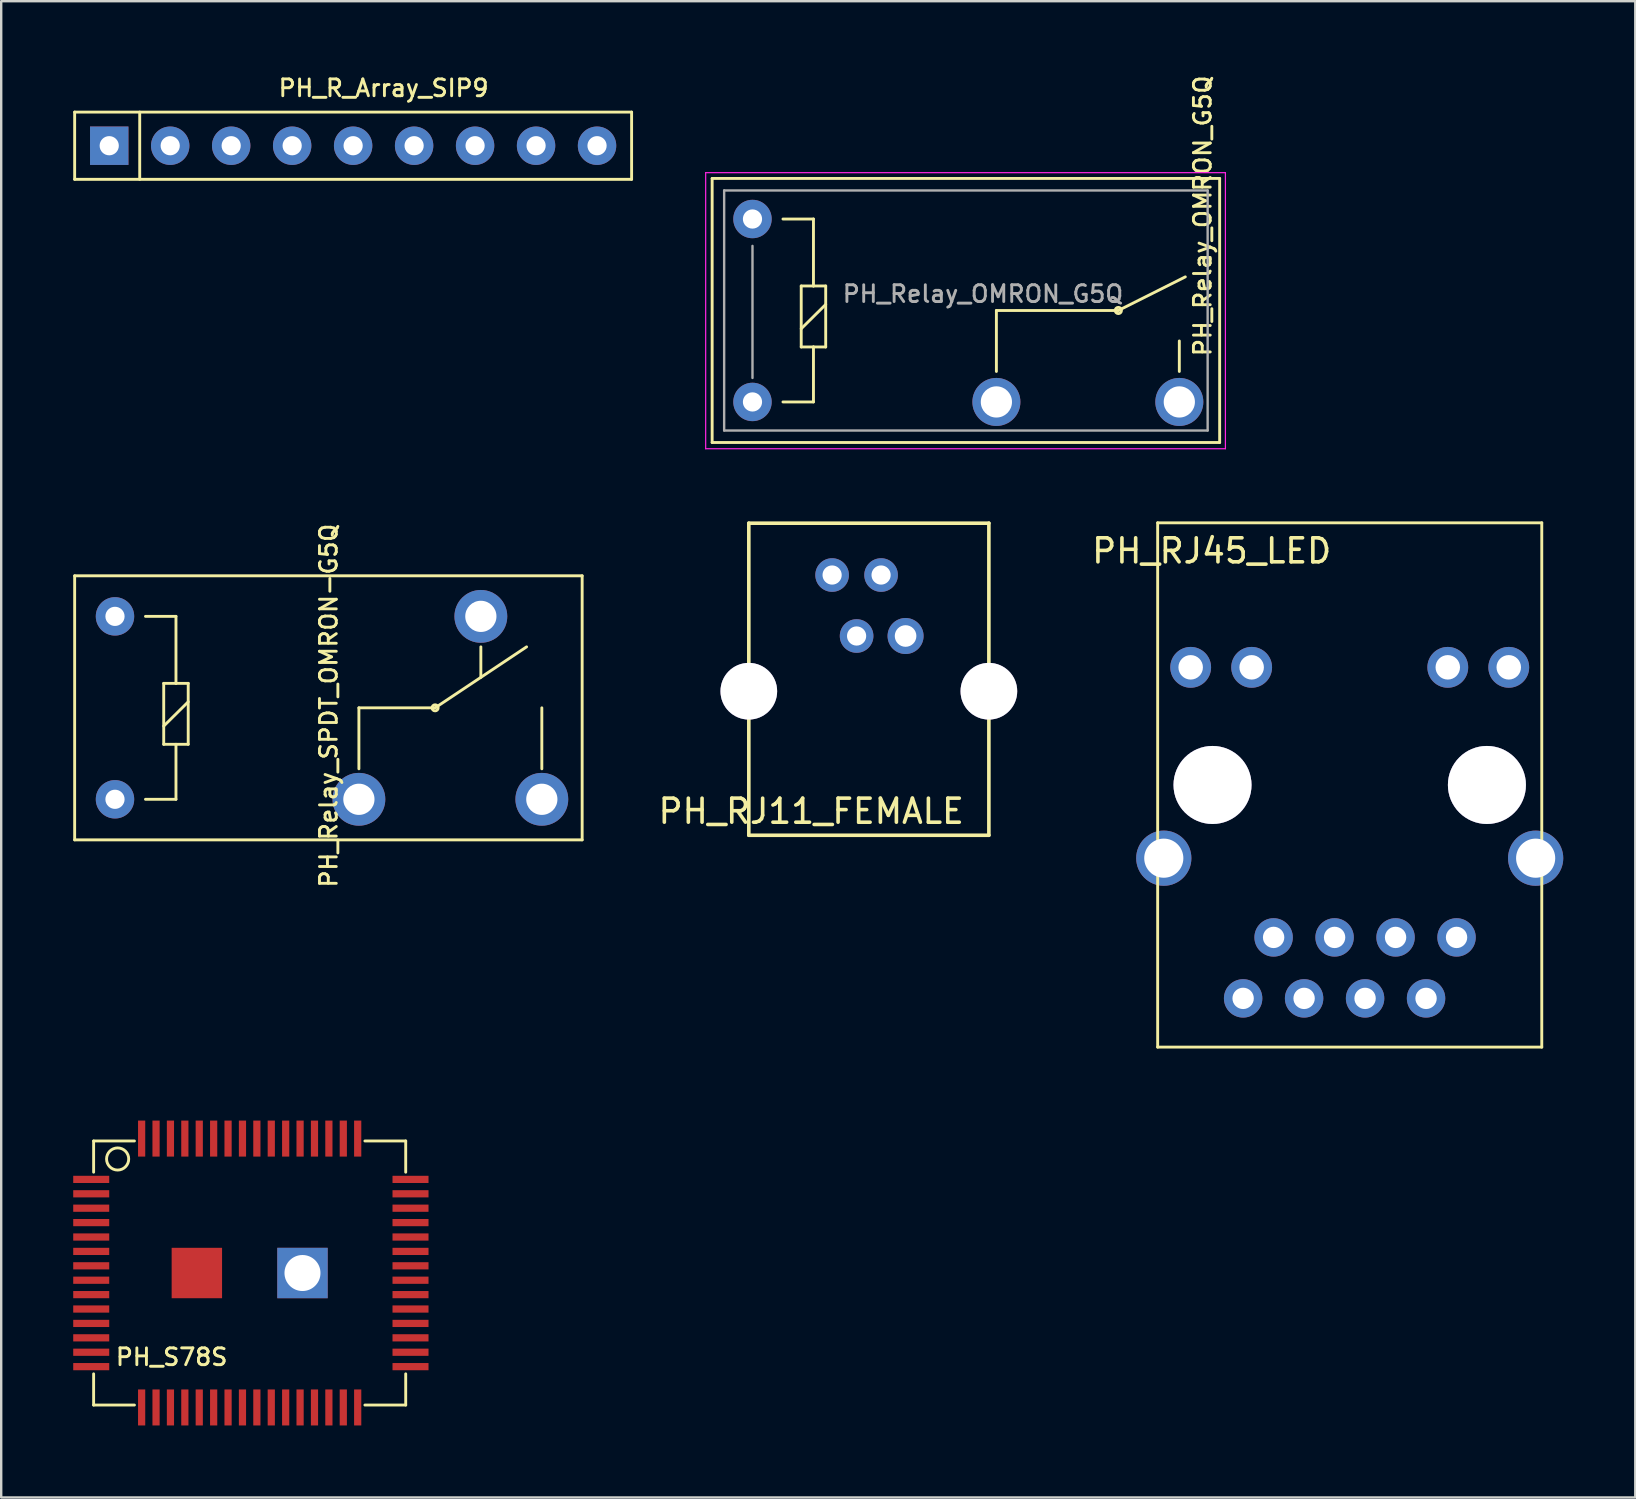
<source format=kicad_pcb>
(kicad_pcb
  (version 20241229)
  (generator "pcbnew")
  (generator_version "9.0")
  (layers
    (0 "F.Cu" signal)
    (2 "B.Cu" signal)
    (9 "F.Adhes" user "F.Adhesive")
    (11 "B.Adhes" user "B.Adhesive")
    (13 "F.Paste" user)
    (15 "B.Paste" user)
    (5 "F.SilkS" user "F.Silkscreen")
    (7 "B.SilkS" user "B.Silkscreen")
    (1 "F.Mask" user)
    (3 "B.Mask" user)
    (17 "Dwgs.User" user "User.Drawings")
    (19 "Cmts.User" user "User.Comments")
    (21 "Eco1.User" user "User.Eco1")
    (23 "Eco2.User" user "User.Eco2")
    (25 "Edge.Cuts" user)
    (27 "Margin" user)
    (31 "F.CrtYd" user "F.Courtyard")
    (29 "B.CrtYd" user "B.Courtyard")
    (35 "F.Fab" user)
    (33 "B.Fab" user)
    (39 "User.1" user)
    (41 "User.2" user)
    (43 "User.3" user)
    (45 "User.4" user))
  (footprint "PH_R_Array_SIP9"
    (layer "F.Cu")
    (at 1.5 3.02)
    (property "Reference" "PH_R_Array_SIP9" (at 11.43 -2.4 0) (layer "F.SilkS") (effects (font (size 0.7 0.7) (thickness 0.12))))
    (attr through_hole)
    (fp_line (start -1.44 -1.4) (end -1.44 1.4) (stroke (width 0.12) (type solid)) (layer "F.SilkS"))
    (fp_line (start -1.44 1.4) (end 21.76 1.4) (stroke (width 0.12) (type solid)) (layer "F.SilkS"))
    (fp_line (start 1.27 -1.4) (end 1.27 1.4) (stroke (width 0.12) (type solid)) (layer "F.SilkS"))
    (fp_line (start 21.76 -1.4) (end -1.44 -1.4) (stroke (width 0.12) (type solid)) (layer "F.SilkS"))
    (fp_line (start 21.76 1.4) (end 21.76 -1.4) (stroke (width 0.12) (type solid)) (layer "F.SilkS"))
    (pad "1" thru_hole rect (at 0 0) (size 1.6 1.6) (drill 0.8) (layers "*.Cu" "*.Mask"))
    (pad "2" thru_hole oval (at 2.54 0) (size 1.6 1.6) (drill 0.8) (layers "*.Cu" "*.Mask"))
    (pad "3" thru_hole oval (at 5.08 0) (size 1.6 1.6) (drill 0.8) (layers "*.Cu" "*.Mask"))
    (pad "4" thru_hole oval (at 7.62 0) (size 1.6 1.6) (drill 0.8) (layers "*.Cu" "*.Mask"))
    (pad "5" thru_hole oval (at 10.16 0) (size 1.6 1.6) (drill 0.8) (layers "*.Cu" "*.Mask"))
    (pad "6" thru_hole oval (at 12.7 0) (size 1.6 1.6) (drill 0.8) (layers "*.Cu" "*.Mask"))
    (pad "7" thru_hole oval (at 15.24 0) (size 1.6 1.6) (drill 0.8) (layers "*.Cu" "*.Mask"))
    (pad "8" thru_hole oval (at 17.78 0) (size 1.6 1.6) (drill 0.8) (layers "*.Cu" "*.Mask"))
    (pad "9" thru_hole oval (at 20.32 0) (size 1.6 1.6) (drill 0.8) (layers "*.Cu" "*.Mask")))
  (footprint "PH_S78S"
    (layer "F.Cu")
    (at 7.35 49.978)
    (property "Reference" "PH_S78S" (at -3.25 3.5 0) (layer "F.SilkS") (effects (font (size 0.7 0.7) (thickness 0.12))))
    (attr through_hole)
    (fp_line (start -6.5 -5.5) (end -6.5 -4.2) (stroke (width 0.12) (type solid)) (layer "F.SilkS"))
    (fp_line (start -6.5 -5.5) (end -4.8 -5.5) (stroke (width 0.12) (type solid)) (layer "F.SilkS"))
    (fp_line (start -6.5 4.2) (end -6.5 5.5) (stroke (width 0.12) (type solid)) (layer "F.SilkS"))
    (fp_line (start -6.5 5.5) (end -4.8 5.5) (stroke (width 0.12) (type solid)) (layer "F.SilkS"))
    (fp_line (start 6.5 -5.5) (end 4.8 -5.5) (stroke (width 0.12) (type solid)) (layer "F.SilkS"))
    (fp_line (start 6.5 -5.5) (end 6.5 -4.2) (stroke (width 0.12) (type solid)) (layer "F.SilkS"))
    (fp_line (start 6.5 5.5) (end 4.8 5.5) (stroke (width 0.12) (type solid)) (layer "F.SilkS"))
    (fp_line (start 6.5 5.5) (end 6.5 4.2) (stroke (width 0.12) (type solid)) (layer "F.SilkS"))
    (fp_circle (center -5.5 -4.75) (end -5.15 -4.45) (stroke (width 0.12) (type solid)) (fill no) (layer "F.SilkS"))
    (pad "1" smd rect (at -6.6 -3.9) (size 1.5 0.3) (layers "F.Cu" "F.Mask" "F.Paste"))
    (pad "2" smd rect (at -6.6 -3.3) (size 1.5 0.3) (layers "F.Cu" "F.Mask" "F.Paste"))
    (pad "3" smd rect (at -6.6 -2.7) (size 1.5 0.3) (layers "F.Cu" "F.Mask" "F.Paste"))
    (pad "4" smd rect (at -6.6 -2.1) (size 1.5 0.3) (layers "F.Cu" "F.Mask" "F.Paste"))
    (pad "5" smd rect (at -6.6 -1.5) (size 1.5 0.3) (layers "F.Cu" "F.Mask" "F.Paste"))
    (pad "6" smd rect (at -6.6 -0.9) (size 1.5 0.3) (layers "F.Cu" "F.Mask" "F.Paste"))
    (pad "7" smd rect (at -6.6 -0.3) (size 1.5 0.3) (layers "F.Cu" "F.Mask" "F.Paste"))
    (pad "8" smd rect (at -6.6 0.3) (size 1.5 0.3) (layers "F.Cu" "F.Mask" "F.Paste"))
    (pad "9" smd rect (at -6.6 0.9) (size 1.5 0.3) (layers "F.Cu" "F.Mask" "F.Paste"))
    (pad "10" smd rect (at -6.6 1.5) (size 1.5 0.3) (layers "F.Cu" "F.Mask" "F.Paste"))
    (pad "11" smd rect (at -6.6 2.1) (size 1.5 0.3) (layers "F.Cu" "F.Mask" "F.Paste"))
    (pad "12" smd rect (at -6.6 2.7) (size 1.5 0.3) (layers "F.Cu" "F.Mask" "F.Paste"))
    (pad "13" smd rect (at -6.6 3.3) (size 1.5 0.3) (layers "F.Cu" "F.Mask" "F.Paste"))
    (pad "14" smd rect (at -6.6 3.9) (size 1.5 0.3) (layers "F.Cu" "F.Mask" "F.Paste"))
    (pad "15" smd rect (at -4.5 5.6) (size 0.3 1.5) (layers "F.Cu" "F.Mask" "F.Paste"))
    (pad "16" smd rect (at -3.9 5.6) (size 0.3 1.5) (layers "F.Cu" "F.Mask" "F.Paste"))
    (pad "17" smd rect (at -3.3 5.6) (size 0.3 1.5) (layers "F.Cu" "F.Mask" "F.Paste"))
    (pad "18" smd rect (at -2.7 5.6) (size 0.3 1.5) (layers "F.Cu" "F.Mask" "F.Paste"))
    (pad "19" smd rect (at -2.1 5.6) (size 0.3 1.5) (layers "F.Cu" "F.Mask" "F.Paste"))
    (pad "20" smd rect (at -1.5 5.6) (size 0.3 1.5) (layers "F.Cu" "F.Mask" "F.Paste"))
    (pad "21" smd rect (at -0.9 5.6) (size 0.3 1.5) (layers "F.Cu" "F.Mask" "F.Paste"))
    (pad "22" smd rect (at -0.3 5.6) (size 0.3 1.5) (layers "F.Cu" "F.Mask" "F.Paste"))
    (pad "23" smd rect (at 0.3 5.6) (size 0.3 1.5) (layers "F.Cu" "F.Mask" "F.Paste"))
    (pad "24" smd rect (at 0.9 5.6) (size 0.3 1.5) (layers "F.Cu" "F.Mask" "F.Paste"))
    (pad "25" smd rect (at 1.5 5.6) (size 0.3 1.5) (layers "F.Cu" "F.Mask" "F.Paste"))
    (pad "26" smd rect (at 2.1 5.6) (size 0.3 1.5) (layers "F.Cu" "F.Mask" "F.Paste"))
    (pad "27" smd rect (at 2.7 5.6) (size 0.3 1.5) (layers "F.Cu" "F.Mask" "F.Paste"))
    (pad "28" smd rect (at 3.3 5.6) (size 0.3 1.5) (layers "F.Cu" "F.Mask" "F.Paste"))
    (pad "29" smd rect (at 3.9 5.6) (size 0.3 1.5) (layers "F.Cu" "F.Mask" "F.Paste"))
    (pad "30" smd rect (at 4.5 5.6) (size 0.3 1.5) (layers "F.Cu" "F.Mask" "F.Paste"))
    (pad "31" smd rect (at 6.7 3.9) (size 1.5 0.3) (layers "F.Cu" "F.Mask" "F.Paste"))
    (pad "32" smd rect (at 6.7 3.3) (size 1.5 0.3) (layers "F.Cu" "F.Mask" "F.Paste"))
    (pad "33" smd rect (at 6.7 2.7) (size 1.5 0.3) (layers "F.Cu" "F.Mask" "F.Paste"))
    (pad "34" smd rect (at 6.7 2.1) (size 1.5 0.3) (layers "F.Cu" "F.Mask" "F.Paste"))
    (pad "35" smd rect (at 6.7 1.5) (size 1.5 0.3) (layers "F.Cu" "F.Mask" "F.Paste"))
    (pad "36" smd rect (at 6.7 0.9) (size 1.5 0.3) (layers "F.Cu" "F.Mask" "F.Paste"))
    (pad "37" smd rect (at 6.7 0.3) (size 1.5 0.3) (layers "F.Cu" "F.Mask" "F.Paste"))
    (pad "38" smd rect (at 6.7 -0.3) (size 1.5 0.3) (layers "F.Cu" "F.Mask" "F.Paste"))
    (pad "39" smd rect (at 6.7 -0.9) (size 1.5 0.3) (layers "F.Cu" "F.Mask" "F.Paste"))
    (pad "40" smd rect (at 6.7 -1.5) (size 1.5 0.3) (layers "F.Cu" "F.Mask" "F.Paste"))
    (pad "41" smd rect (at 6.7 -2.1) (size 1.5 0.3) (layers "F.Cu" "F.Mask" "F.Paste"))
    (pad "42" smd rect (at 6.7 -2.7) (size 1.5 0.3) (layers "F.Cu" "F.Mask" "F.Paste"))
    (pad "43" smd rect (at 6.7 -3.3) (size 1.5 0.3) (layers "F.Cu" "F.Mask" "F.Paste"))
    (pad "44" smd rect (at 6.7 -3.9) (size 1.5 0.3) (layers "F.Cu" "F.Mask" "F.Paste"))
    (pad "45" smd rect (at 4.5 -5.6) (size 0.3 1.5) (layers "F.Cu" "F.Mask" "F.Paste"))
    (pad "46" smd rect (at 3.9 -5.6) (size 0.3 1.5) (layers "F.Cu" "F.Mask" "F.Paste"))
    (pad "47" smd rect (at 3.3 -5.6) (size 0.3 1.5) (layers "F.Cu" "F.Mask" "F.Paste"))
    (pad "48" smd rect (at 2.7 -5.6) (size 0.3 1.5) (layers "F.Cu" "F.Mask" "F.Paste"))
    (pad "49" smd rect (at 2.1 -5.6) (size 0.3 1.5) (layers "F.Cu" "F.Mask" "F.Paste"))
    (pad "50" smd rect (at 1.5 -5.6) (size 0.3 1.5) (layers "F.Cu" "F.Mask" "F.Paste"))
    (pad "51" smd rect (at 0.9 -5.6) (size 0.3 1.5) (layers "F.Cu" "F.Mask" "F.Paste"))
    (pad "52" smd rect (at 0.3 -5.6) (size 0.3 1.5) (layers "F.Cu" "F.Mask" "F.Paste"))
    (pad "53" smd rect (at -0.3 -5.6) (size 0.3 1.5) (layers "F.Cu" "F.Mask" "F.Paste"))
    (pad "54" smd rect (at -0.9 -5.6) (size 0.3 1.5) (layers "F.Cu" "F.Mask" "F.Paste"))
    (pad "55" smd rect (at -1.5 -5.6) (size 0.3 1.5) (layers "F.Cu" "F.Mask" "F.Paste"))
    (pad "56" smd rect (at -2.1 -5.6) (size 0.3 1.5) (layers "F.Cu" "F.Mask" "F.Paste"))
    (pad "57" smd rect (at -2.7 -5.6) (size 0.3 1.5) (layers "F.Cu" "F.Mask" "F.Paste"))
    (pad "58" smd rect (at -3.3 -5.6) (size 0.3 1.5) (layers "F.Cu" "F.Mask" "F.Paste"))
    (pad "59" smd rect (at -3.9 -5.6) (size 0.3 1.5) (layers "F.Cu" "F.Mask" "F.Paste"))
    (pad "60" smd rect (at -4.5 -5.6) (size 0.3 1.5) (layers "F.Cu" "F.Mask" "F.Paste"))
    (pad "61" smd rect (at -2.2 0) (size 2.1 2.1) (layers "F.Cu" "F.Mask" "F.Paste"))
    (pad "62" thru_hole rect (at 2.2 0) (size 2.1 2.1) (drill 1.5) (layers "*.Cu" "*.Mask")))
  (footprint "PH_RJ11_FEMALE"
    (layer "F.Cu")
    (at 33.142 22.743)
    (property "Reference" "PH_RJ11_FEMALE" (at -2.4 8 0) (layer "F.SilkS") (effects (font (size 1 1) (thickness 0.15))))
    (attr through_hole)
    (fp_line (start -5 -4) (end -5 9) (stroke (width 0.15) (type solid)) (layer "F.SilkS"))
    (fp_line (start -5 -4) (end 5 -4) (stroke (width 0.15) (type solid)) (layer "F.SilkS"))
    (fp_line (start -5 9) (end 5 9) (stroke (width 0.15) (type solid)) (layer "F.SilkS"))
    (fp_line (start 5 -4) (end 5 9) (stroke (width 0.15) (type solid)) (layer "F.SilkS"))
    (pad "1" thru_hole circle (at 1.53 0.7) (size 1.5 1.5) (drill 0.9) (layers "*.Cu" "*.Mask"))
    (pad "2" thru_hole circle (at -0.51 0.7) (size 1.4 1.4) (drill 0.8) (layers "*.Cu" "*.Mask"))
    (pad "3" thru_hole circle (at 0.51 -1.84) (size 1.4 1.4) (drill 0.8) (layers "*.Cu" "*.Mask"))
    (pad "4" thru_hole circle (at -1.53 -1.84) (size 1.4 1.4) (drill 0.8) (layers "*.Cu" "*.Mask"))
    (pad "~" thru_hole circle (at -5 3) (size 2.36 2.36) (drill 2.36) (layers "*.Cu" "*.Mask"))
    (pad "~" thru_hole circle (at 5 3) (size 2.36 2.36) (drill 2.36) (layers "*.Cu" "*.Mask")))
  (footprint "PH_Relay_SPDT_OMRON-G5Q"
    (layer "F.Cu")
    (at 1.74 30.245)
    (property "Reference" "PH_Relay_SPDT_OMRON-G5Q" (at 8.9 -3.9 270) (layer "F.SilkS") (effects (font (size 0.7 0.7) (thickness 0.12))))
    (attr through_hole)
    (fp_line (start -1.68 -9.31) (end 19.46 -9.31) (stroke (width 0.12) (type solid)) (layer "F.SilkS"))
    (fp_line (start -1.68 1.69) (end -1.68 -9.31) (stroke (width 0.12) (type solid)) (layer "F.SilkS"))
    (fp_line (start -1.68 1.69) (end 19.46 1.69) (stroke (width 0.12) (type solid)) (layer "F.SilkS"))
    (fp_line (start 1.27 0) (end 2.54 0) (stroke (width 0.12) (type solid)) (layer "F.SilkS"))
    (fp_line (start 2.03 -4.83) (end 2.54 -4.83) (stroke (width 0.12) (type solid)) (layer "F.SilkS"))
    (fp_line (start 2.03 -3.05) (end 3.05 -4.06) (stroke (width 0.12) (type solid)) (layer "F.SilkS"))
    (fp_line (start 2.03 -2.29) (end 2.03 -4.83) (stroke (width 0.12) (type solid)) (layer "F.SilkS"))
    (fp_line (start 2.54 -7.62) (end 1.27 -7.62) (stroke (width 0.12) (type solid)) (layer "F.SilkS"))
    (fp_line (start 2.54 -4.83) (end 2.54 -7.62) (stroke (width 0.12) (type solid)) (layer "F.SilkS"))
    (fp_line (start 2.54 -4.83) (end 3.05 -4.83) (stroke (width 0.12) (type solid)) (layer "F.SilkS"))
    (fp_line (start 2.54 -2.29) (end 2.03 -2.29) (stroke (width 0.12) (type solid)) (layer "F.SilkS"))
    (fp_line (start 2.54 0) (end 2.54 -2.29) (stroke (width 0.12) (type solid)) (layer "F.SilkS"))
    (fp_line (start 3.05 -4.83) (end 3.05 -2.29) (stroke (width 0.12) (type solid)) (layer "F.SilkS"))
    (fp_line (start 3.05 -2.29) (end 2.54 -2.29) (stroke (width 0.12) (type solid)) (layer "F.SilkS"))
    (fp_line (start 10.16 -3.81) (end 13.335 -3.81) (stroke (width 0.12) (type solid)) (layer "F.SilkS"))
    (fp_line (start 10.16 -1.27) (end 10.16 -3.81) (stroke (width 0.12) (type solid)) (layer "F.SilkS"))
    (fp_line (start 13.335 -3.81) (end 17.145 -6.35) (stroke (width 0.12) (type solid)) (layer "F.SilkS"))
    (fp_line (start 15.24 -6.35) (end 15.24 -5.08) (stroke (width 0.12) (type solid)) (layer "F.SilkS"))
    (fp_line (start 17.78 -1.27) (end 17.78 -3.81) (stroke (width 0.12) (type solid)) (layer "F.SilkS"))
    (fp_line (start 19.46 1.69) (end 19.46 -9.31) (stroke (width 0.12) (type solid)) (layer "F.SilkS"))
    (fp_circle (center 13.335 -3.81) (end 13.462 -3.81) (stroke (width 0.12) (type solid)) (fill no) (layer "F.SilkS"))
    (pad "1" thru_hole circle (at 0 0 180) (size 1.6 1.6) (drill 0.8) (layers "*.Cu" "*.Mask"))
    (pad "2" thru_hole circle (at 10.16 0 180) (size 2.2 2.2) (drill 1.3) (layers "*.Cu" "*.Mask"))
    (pad "3" thru_hole circle (at 17.78 0 180) (size 2.2 2.2) (drill 1.3) (layers "*.Cu" "*.Mask"))
    (pad "4" thru_hole circle (at 15.24 -7.62 180) (size 2.2 2.2) (drill 1.3) (layers "*.Cu" "*.Mask"))
    (pad "5" thru_hole circle (at 0 -7.62 180) (size 1.6 1.6) (drill 0.8) (layers "*.Cu" "*.Mask")))
  (footprint "PH_RJ45_LED"
    (layer "F.Cu")
    (at 53.173 29.648)
    (property "Reference" "PH_RJ45_LED" (at -5.75 -9.75 0) (layer "F.SilkS") (effects (font (size 1 1) (thickness 0.15))))
    (attr through_hole)
    (fp_line (start -8 -10.92) (end -8 10.92) (stroke (width 0.12) (type solid)) (layer "F.SilkS"))
    (fp_line (start -8 -10.92) (end 8 -10.92) (stroke (width 0.12) (type solid)) (layer "F.SilkS"))
    (fp_line (start -8 10.92) (end 8 10.92) (stroke (width 0.12) (type solid)) (layer "F.SilkS"))
    (fp_line (start 8 10.92) (end 8 -10.92) (stroke (width 0.12) (type solid)) (layer "F.SilkS"))
    (pad "1" thru_hole circle (at 4.45 6.35) (size 1.6 1.6) (drill 0.89) (layers "*.Cu" "*.Mask"))
    (pad "2" thru_hole circle (at 3.18 8.89) (size 1.6 1.6) (drill 0.89) (layers "*.Cu" "*.Mask"))
    (pad "3" thru_hole circle (at 1.91 6.35) (size 1.6 1.6) (drill 0.89) (layers "*.Cu" "*.Mask"))
    (pad "4" thru_hole circle (at 0.64 8.89) (size 1.6 1.6) (drill 0.89) (layers "*.Cu" "*.Mask"))
    (pad "5" thru_hole circle (at -0.63 6.35) (size 1.6 1.6) (drill 0.89) (layers "*.Cu" "*.Mask"))
    (pad "6" thru_hole circle (at -1.9 8.89) (size 1.6 1.6) (drill 0.89) (layers "*.Cu" "*.Mask"))
    (pad "7" thru_hole circle (at -3.17 6.35) (size 1.6 1.6) (drill 0.89) (layers "*.Cu" "*.Mask"))
    (pad "8" thru_hole circle (at -4.44 8.89) (size 1.6 1.6) (drill 0.89) (layers "*.Cu" "*.Mask"))
    (pad "9" thru_hole circle (at 6.625 -4.9) (size 1.7 1.7) (drill 1.02) (layers "*.Cu" "*.Mask"))
    (pad "10" thru_hole circle (at 4.085 -4.9) (size 1.7 1.7) (drill 1.02) (layers "*.Cu" "*.Mask"))
    (pad "11" thru_hole circle (at -4.085 -4.9) (size 1.7 1.7) (drill 1.02) (layers "*.Cu" "*.Mask"))
    (pad "12" thru_hole circle (at -6.625 -4.9) (size 1.7 1.7) (drill 1.02) (layers "*.Cu" "*.Mask"))
    (pad "~" thru_hole circle (at -7.745 3.05) (size 2.3 2.3) (drill 1.63) (layers "*.Cu" "*.Mask"))
    (pad "~" thru_hole circle (at -5.715 0) (size 3.25 3.25) (drill 3.25) (layers "*.Cu" "*.Mask"))
    (pad "~" thru_hole circle (at 5.715 0) (size 3.25 3.25) (drill 3.25) (layers "*.Cu" "*.Mask"))
    (pad "~" thru_hole circle (at 7.745 3.05) (size 2.3 2.3) (drill 1.63) (layers "*.Cu" "*.Mask")))
  (footprint "PH_Relay_OMRON_G5Q"
    (layer "F.Cu")
    (at 28.295 13.693)
    (property "Reference" "PH_Relay_OMRON_G5Q" (at 18.75 -7.75 270) (layer "F.SilkS") (effects (font (size 0.7 0.7) (thickness 0.12))))
    (attr through_hole)
    (fp_line (start -1.68 -9.31) (end 19.46 -9.31) (stroke (width 0.12) (type solid)) (layer "F.SilkS"))
    (fp_line (start -1.68 1.69) (end -1.68 -9.31) (stroke (width 0.12) (type solid)) (layer "F.SilkS"))
    (fp_line (start -1.68 1.69) (end 19.46 1.69) (stroke (width 0.12) (type solid)) (layer "F.SilkS"))
    (fp_line (start 1.27 0) (end 2.54 0) (stroke (width 0.12) (type solid)) (layer "F.SilkS"))
    (fp_line (start 2.03 -4.83) (end 2.54 -4.83) (stroke (width 0.12) (type solid)) (layer "F.SilkS"))
    (fp_line (start 2.03 -3.05) (end 3.05 -4.06) (stroke (width 0.12) (type solid)) (layer "F.SilkS"))
    (fp_line (start 2.03 -2.29) (end 2.03 -4.83) (stroke (width 0.12) (type solid)) (layer "F.SilkS"))
    (fp_line (start 2.54 -7.62) (end 1.27 -7.62) (stroke (width 0.12) (type solid)) (layer "F.SilkS"))
    (fp_line (start 2.54 -4.83) (end 2.54 -7.62) (stroke (width 0.12) (type solid)) (layer "F.SilkS"))
    (fp_line (start 2.54 -4.83) (end 3.05 -4.83) (stroke (width 0.12) (type solid)) (layer "F.SilkS"))
    (fp_line (start 2.54 -2.29) (end 2.03 -2.29) (stroke (width 0.12) (type solid)) (layer "F.SilkS"))
    (fp_line (start 2.54 0) (end 2.54 -2.29) (stroke (width 0.12) (type solid)) (layer "F.SilkS"))
    (fp_line (start 3.05 -4.83) (end 3.05 -2.29) (stroke (width 0.12) (type solid)) (layer "F.SilkS"))
    (fp_line (start 3.05 -2.29) (end 2.54 -2.29) (stroke (width 0.12) (type solid)) (layer "F.SilkS"))
    (fp_line (start 10.16 -3.81) (end 15.24 -3.81) (stroke (width 0.12) (type solid)) (layer "F.SilkS"))
    (fp_line (start 10.16 -1.27) (end 10.16 -3.81) (stroke (width 0.12) (type solid)) (layer "F.SilkS"))
    (fp_line (start 15.24 -3.81) (end 18.03 -5.21) (stroke (width 0.12) (type solid)) (layer "F.SilkS"))
    (fp_line (start 17.78 -1.27) (end 17.78 -2.54) (stroke (width 0.12) (type solid)) (layer "F.SilkS"))
    (fp_line (start 19.46 1.69) (end 19.46 -9.31) (stroke (width 0.12) (type solid)) (layer "F.SilkS"))
    (fp_circle (center 15.24 -3.81) (end 15.24 -3.68) (stroke (width 0.12) (type solid)) (fill no) (layer "F.SilkS"))
    (fp_line (start -1.95 -9.55) (end 19.7 -9.55) (stroke (width 0.05) (type solid)) (layer "F.CrtYd"))
    (fp_line (start -1.95 1.95) (end -1.95 -9.55) (stroke (width 0.05) (type solid)) (layer "F.CrtYd"))
    (fp_line (start 19.7 -9.55) (end 19.7 1.95) (stroke (width 0.05) (type solid)) (layer "F.CrtYd"))
    (fp_line (start 19.7 1.95) (end -1.95 1.95) (stroke (width 0.05) (type solid)) (layer "F.CrtYd"))
    (fp_line (start -1.18 -8.81) (end 18.96 -8.81) (stroke (width 0.1) (type solid)) (layer "F.Fab"))
    (fp_line (start -1.18 1.19) (end -1.18 -8.81) (stroke (width 0.1) (type solid)) (layer "F.Fab"))
    (fp_line (start 0 -1) (end 0 -6.5) (stroke (width 0.1) (type solid)) (layer "F.Fab"))
    (fp_line (start 18.96 -8.81) (end 18.96 1.19) (stroke (width 0.1) (type solid)) (layer "F.Fab"))
    (fp_line (start 18.96 1.19) (end -1.18 1.19) (stroke (width 0.1) (type solid)) (layer "F.Fab"))
    (fp_text user "${REFERENCE}" (at 9.6 -4.5 0) (layer "F.Fab") (effects (font (size 0.7 0.7) (thickness 0.12))))
    (pad "1" thru_hole circle (at 0 0 180) (size 1.6 1.6) (drill 0.8) (layers "*.Cu" "*.Mask"))
    (pad "2" thru_hole circle (at 10.16 0 180) (size 2 2) (drill 1.3) (layers "*.Cu" "*.Mask"))
    (pad "3" thru_hole circle (at 17.78 0 180) (size 2 2) (drill 1.3) (layers "*.Cu" "*.Mask"))
    (pad "5" thru_hole circle (at 0 -7.62 180) (size 1.6 1.6) (drill 0.8) (layers "*.Cu" "*.Mask")))
  (gr_rect
    (start -3 -3)
    (end 65.068 59.328)
    (stroke (width 0.1) (type default))
    (fill no)
    (layer "Edge.Cuts")))
</source>
